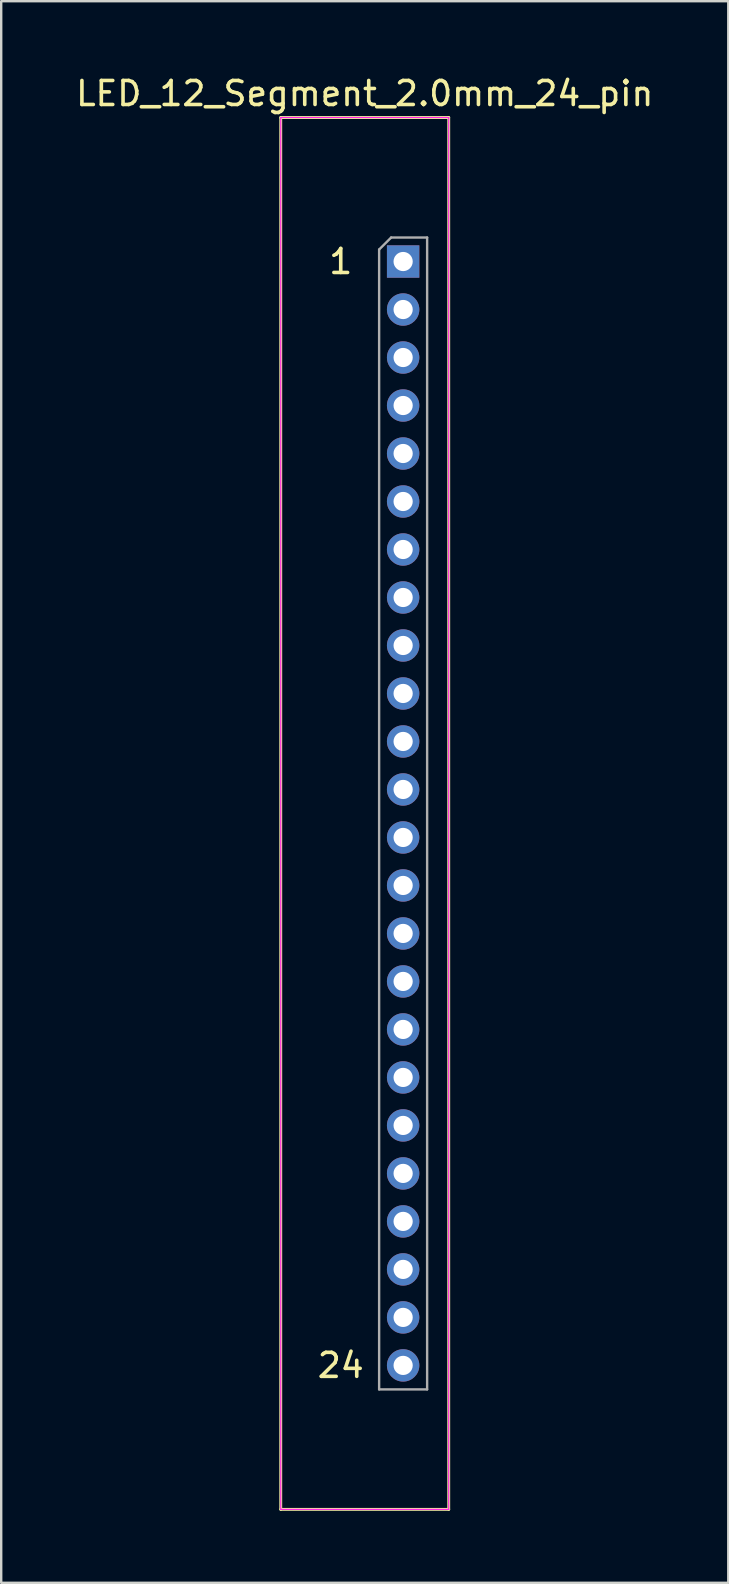
<source format=kicad_pcb>
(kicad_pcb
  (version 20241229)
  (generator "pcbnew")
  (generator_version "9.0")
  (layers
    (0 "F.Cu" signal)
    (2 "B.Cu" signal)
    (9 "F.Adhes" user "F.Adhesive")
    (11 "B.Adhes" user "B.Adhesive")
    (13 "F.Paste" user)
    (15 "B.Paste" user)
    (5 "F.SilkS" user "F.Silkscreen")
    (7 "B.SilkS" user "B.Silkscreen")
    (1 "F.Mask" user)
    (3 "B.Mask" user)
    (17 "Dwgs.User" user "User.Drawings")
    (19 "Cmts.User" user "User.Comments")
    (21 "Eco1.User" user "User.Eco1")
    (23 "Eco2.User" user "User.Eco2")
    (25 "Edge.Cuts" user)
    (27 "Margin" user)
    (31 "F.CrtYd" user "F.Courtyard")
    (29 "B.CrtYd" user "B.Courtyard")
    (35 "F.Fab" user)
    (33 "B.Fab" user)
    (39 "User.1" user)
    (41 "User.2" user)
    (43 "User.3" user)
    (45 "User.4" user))
  (footprint "LED_12_Segment_2.0mm_24_pin"
    (layer "F.Cu")
    (at 12.149 7.848)
    (property "Reference" "LED_12_Segment_2.0mm_24_pin" (at 0 -7 0) (layer "F.SilkS") (effects (font (size 1 1) (thickness 0.15))))
    (attr through_hole)
    (fp_line (start -3.5 -6) (end -3.5 52) (stroke (width 0.12) (type solid)) (layer "F.SilkS"))
    (fp_line (start -3.5 -6) (end 3.5 -6) (stroke (width 0.12) (type solid)) (layer "F.SilkS"))
    (fp_line (start -3.5 52) (end 3.5 52) (stroke (width 0.12) (type solid)) (layer "F.SilkS"))
    (fp_line (start 3.5 -6) (end 3.5 52) (stroke (width 0.12) (type solid)) (layer "F.SilkS"))
    (fp_line (start -3.5 -6) (end -3.5 52) (stroke (width 0.05) (type solid)) (layer "F.CrtYd"))
    (fp_line (start -3.5 52) (end 3.5 52) (stroke (width 0.05) (type solid)) (layer "F.CrtYd"))
    (fp_line (start 3.5 -6) (end -3.5 -6) (stroke (width 0.05) (type solid)) (layer "F.CrtYd"))
    (fp_line (start 3.5 52) (end 3.5 -6) (stroke (width 0.05) (type solid)) (layer "F.CrtYd"))
    (fp_line (start 0.6 -0.5) (end 1.1 -1) (stroke (width 0.1) (type solid)) (layer "F.Fab"))
    (fp_line (start 0.6 47) (end 0.6 -0.5) (stroke (width 0.1) (type solid)) (layer "F.Fab"))
    (fp_line (start 1.1 -1) (end 2.6 -1) (stroke (width 0.1) (type solid)) (layer "F.Fab"))
    (fp_line (start 2.6 -1) (end 2.6 47) (stroke (width 0.1) (type solid)) (layer "F.Fab"))
    (fp_line (start 2.6 47) (end 0.6 47) (stroke (width 0.1) (type solid)) (layer "F.Fab"))
    (fp_text user "1" (at -1 0 0) (layer "F.SilkS") (effects (font (size 1 1) (thickness 0.15))))
    (fp_text user "24" (at -1 46 0) (layer "F.SilkS") (effects (font (size 1 1) (thickness 0.15))))
    (pad "1" thru_hole rect (at 1.6 0) (size 1.35 1.35) (drill 0.8) (layers "*.Cu" "*.Mask"))
    (pad "2" thru_hole oval (at 1.6 2) (size 1.35 1.35) (drill 0.8) (layers "*.Cu" "*.Mask"))
    (pad "3" thru_hole oval (at 1.6 4) (size 1.35 1.35) (drill 0.8) (layers "*.Cu" "*.Mask"))
    (pad "4" thru_hole oval (at 1.6 6) (size 1.35 1.35) (drill 0.8) (layers "*.Cu" "*.Mask"))
    (pad "5" thru_hole oval (at 1.6 8) (size 1.35 1.35) (drill 0.8) (layers "*.Cu" "*.Mask"))
    (pad "6" thru_hole oval (at 1.6 10) (size 1.35 1.35) (drill 0.8) (layers "*.Cu" "*.Mask"))
    (pad "7" thru_hole oval (at 1.6 12) (size 1.35 1.35) (drill 0.8) (layers "*.Cu" "*.Mask"))
    (pad "8" thru_hole oval (at 1.6 14) (size 1.35 1.35) (drill 0.8) (layers "*.Cu" "*.Mask"))
    (pad "9" thru_hole oval (at 1.6 16) (size 1.35 1.35) (drill 0.8) (layers "*.Cu" "*.Mask"))
    (pad "10" thru_hole oval (at 1.6 18) (size 1.35 1.35) (drill 0.8) (layers "*.Cu" "*.Mask"))
    (pad "11" thru_hole oval (at 1.6 20) (size 1.35 1.35) (drill 0.8) (layers "*.Cu" "*.Mask"))
    (pad "12" thru_hole oval (at 1.6 22) (size 1.35 1.35) (drill 0.8) (layers "*.Cu" "*.Mask"))
    (pad "13" thru_hole oval (at 1.6 24) (size 1.35 1.35) (drill 0.8) (layers "*.Cu" "*.Mask"))
    (pad "14" thru_hole oval (at 1.6 26) (size 1.35 1.35) (drill 0.8) (layers "*.Cu" "*.Mask"))
    (pad "15" thru_hole oval (at 1.6 28) (size 1.35 1.35) (drill 0.8) (layers "*.Cu" "*.Mask"))
    (pad "16" thru_hole oval (at 1.6 30) (size 1.35 1.35) (drill 0.8) (layers "*.Cu" "*.Mask"))
    (pad "17" thru_hole oval (at 1.6 32) (size 1.35 1.35) (drill 0.8) (layers "*.Cu" "*.Mask"))
    (pad "18" thru_hole oval (at 1.6 34) (size 1.35 1.35) (drill 0.8) (layers "*.Cu" "*.Mask"))
    (pad "19" thru_hole oval (at 1.6 36) (size 1.35 1.35) (drill 0.8) (layers "*.Cu" "*.Mask"))
    (pad "20" thru_hole oval (at 1.6 38) (size 1.35 1.35) (drill 0.8) (layers "*.Cu" "*.Mask"))
    (pad "21" thru_hole oval (at 1.6 40) (size 1.35 1.35) (drill 0.8) (layers "*.Cu" "*.Mask"))
    (pad "22" thru_hole oval (at 1.6 42) (size 1.35 1.35) (drill 0.8) (layers "*.Cu" "*.Mask"))
    (pad "23" thru_hole oval (at 1.6 44) (size 1.35 1.35) (drill 0.8) (layers "*.Cu" "*.Mask"))
    (pad "24" thru_hole oval (at 1.6 46) (size 1.35 1.35) (drill 0.8) (layers "*.Cu" "*.Mask")))
  (gr_rect
    (start -3 -3)
    (end 27.298 62.908)
    (stroke (width 0.1) (type default))
    (fill no)
    (layer "Edge.Cuts")))
</source>
